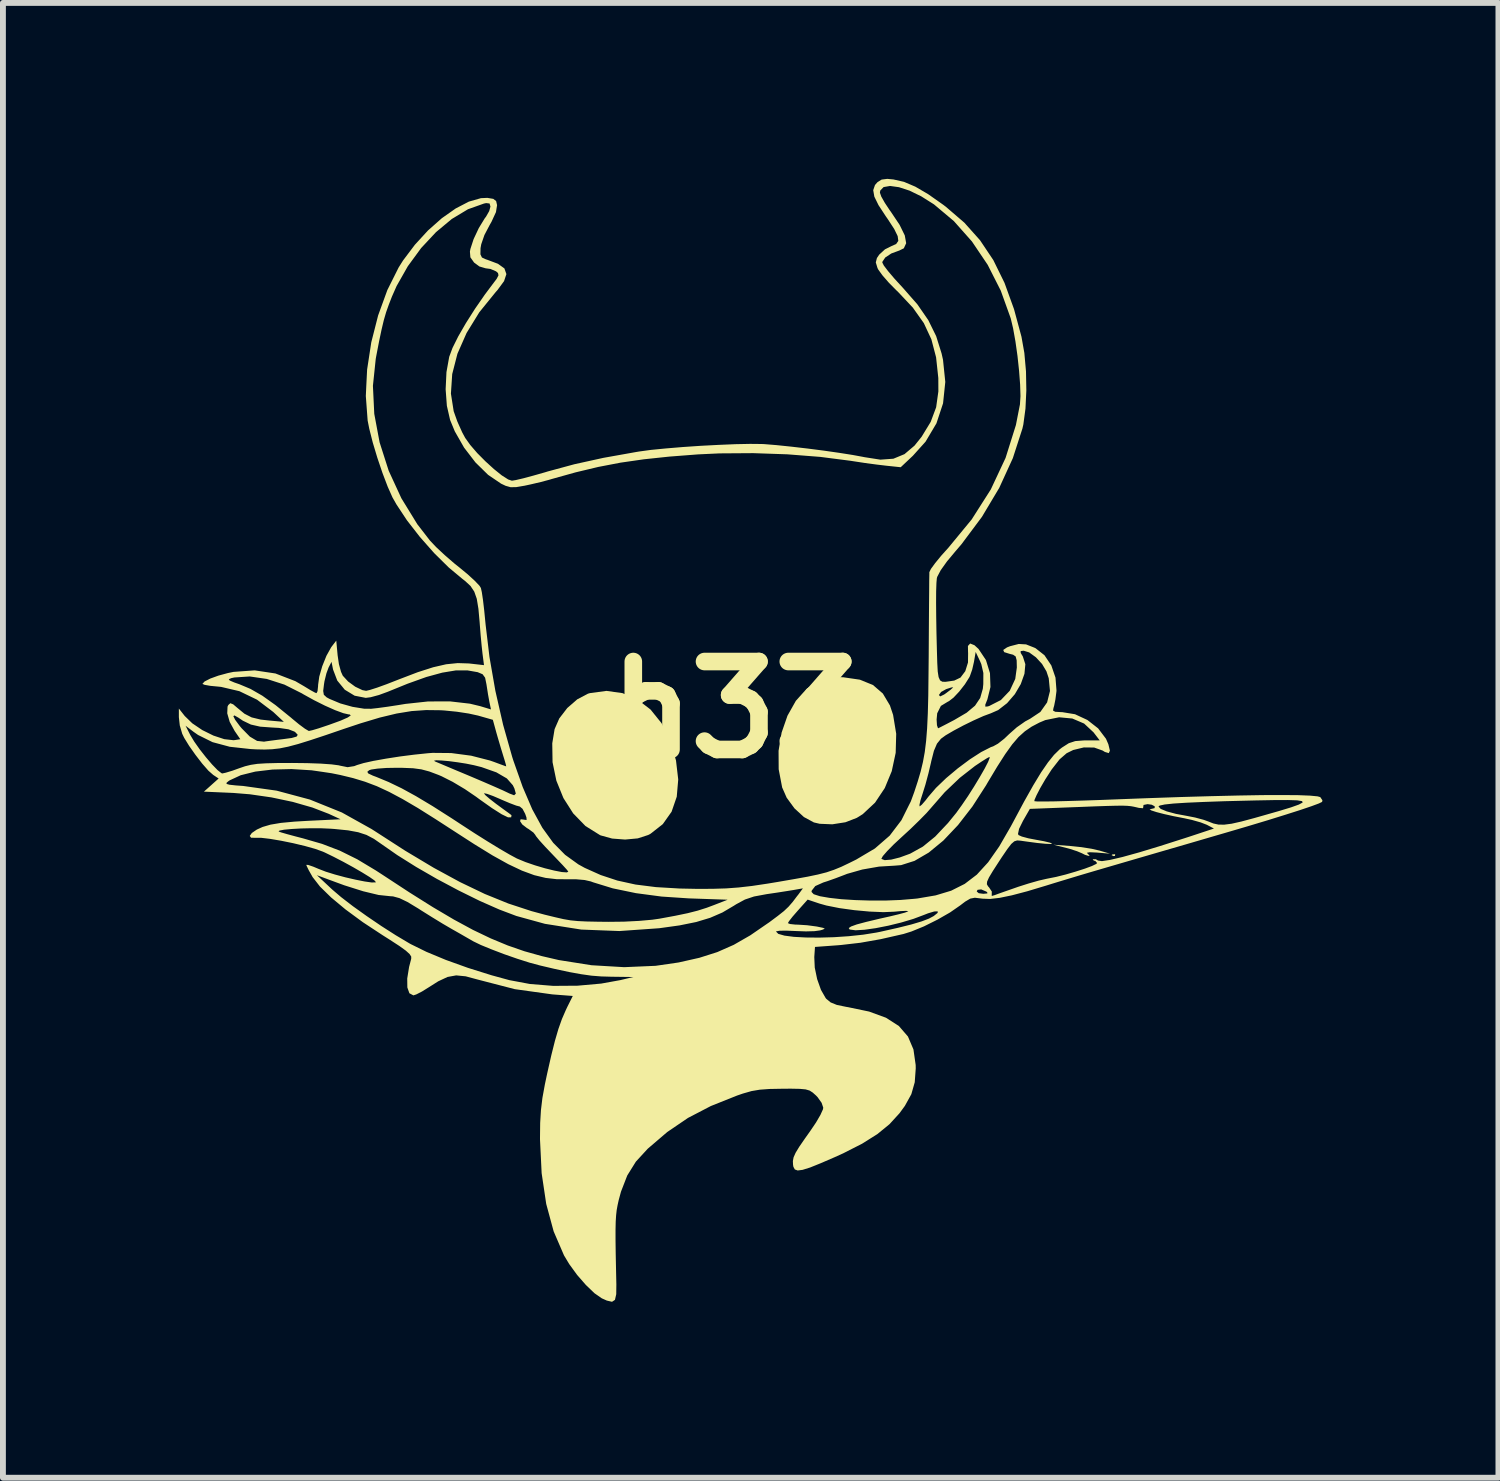
<source format=kicad_pcb>
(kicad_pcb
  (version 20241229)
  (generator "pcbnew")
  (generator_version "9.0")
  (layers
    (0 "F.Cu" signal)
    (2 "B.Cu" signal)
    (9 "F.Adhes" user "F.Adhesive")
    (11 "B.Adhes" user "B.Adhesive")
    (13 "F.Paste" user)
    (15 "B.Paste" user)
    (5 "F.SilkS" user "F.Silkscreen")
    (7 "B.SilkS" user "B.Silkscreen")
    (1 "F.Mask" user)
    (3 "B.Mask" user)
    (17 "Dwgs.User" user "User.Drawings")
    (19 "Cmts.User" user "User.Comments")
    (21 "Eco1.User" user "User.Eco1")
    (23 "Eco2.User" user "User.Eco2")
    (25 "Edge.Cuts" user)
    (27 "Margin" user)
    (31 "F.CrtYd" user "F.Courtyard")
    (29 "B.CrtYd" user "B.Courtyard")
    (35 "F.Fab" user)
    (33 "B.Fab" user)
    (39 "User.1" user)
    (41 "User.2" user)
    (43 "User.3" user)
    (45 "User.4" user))
  (footprint "h33"
    (layer "F.Cu")
    (at 9.499 9.052)
    (property "Reference" "h33" (at 0 0 0) (layer "F.SilkS") (effects (font (size 1.5 1.5) (thickness 0.3))))
    (attr board_only exclude_from_pos_files exclude_from_bom)
    (fp_poly (pts (xy 6.467 2.469) (xy 6.462 2.493) (xy 6.441 2.496) (xy 6.407 2.481) (xy 6.414 2.469) (xy 6.462 2.464)) (stroke (width 0) (type solid)) (fill yes) (layer "F.SilkS"))
    (fp_poly (pts (xy 5.716 2.325) (xy 5.895 2.344) (xy 6.07 2.372) (xy 6.199 2.402) (xy 6.38 2.455) (xy 6.159 2.436) (xy 6.033 2.43) (xy 5.985 2.439) (xy 5.998 2.456) (xy 6.032 2.487) (xy 6.01 2.492) (xy 5.951 2.474) (xy 5.9 2.448) (xy 5.817 2.413) (xy 5.691 2.372) (xy 5.619 2.353) (xy 5.414 2.302)) (stroke (width 0) (type solid)) (fill yes) (layer "F.SilkS"))
    (fp_poly (pts (xy -1.935 -0.283) (xy -1.682 -0.176) (xy -1.456 -0.003) (xy -1.268 0.23) (xy -1.126 0.513) (xy -1.022 0.865) (xy -0.984 1.19) (xy -1.009 1.483) (xy -1.097 1.739) (xy -1.247 1.951) (xy -1.456 2.115) (xy -1.498 2.137) (xy -1.674 2.194) (xy -1.89 2.214) (xy -2.111 2.197) (xy -2.307 2.143) (xy -2.32 2.137) (xy -2.566 1.983) (xy -2.775 1.768) (xy -2.942 1.506) (xy -3.062 1.21) (xy -3.127 0.895) (xy -3.132 0.573) (xy -3.092 0.331) (xy -3.012 0.148) (xy -2.876 -0.029) (xy -2.706 -0.177) (xy -2.524 -0.273) (xy -2.49 -0.283) (xy -2.208 -0.321)) (stroke (width 0) (type solid)) (fill yes) (layer "F.SilkS"))
    (fp_poly (pts (xy 1.832 -0.553) (xy 2.114 -0.512) (xy 2.337 -0.421) (xy 2.505 -0.276) (xy 2.626 -0.073) (xy 2.68 0.088) (xy 2.733 0.411) (xy 2.724 0.736) (xy 2.657 1.048) (xy 2.538 1.336) (xy 2.372 1.585) (xy 2.162 1.781) (xy 2.061 1.844) (xy 1.867 1.919) (xy 1.643 1.954) (xy 1.428 1.945) (xy 1.329 1.922) (xy 1.159 1.83) (xy 0.998 1.682) (xy 0.865 1.5) (xy 0.788 1.325) (xy 0.729 1.016) (xy 0.727 0.7) (xy 0.779 0.39) (xy 0.879 0.102) (xy 1.022 -0.152) (xy 1.205 -0.356) (xy 1.369 -0.471) (xy 1.482 -0.525) (xy 1.589 -0.552) (xy 1.722 -0.557)) (stroke (width 0) (type solid)) (fill yes) (layer "F.SilkS"))
    (fp_poly (pts (xy 2.686 -9.042) (xy 2.866 -9.001) (xy 3.059 -8.919) (xy 3.278 -8.791) (xy 3.535 -8.61) (xy 3.581 -8.575) (xy 3.895 -8.305) (xy 4.162 -8.006) (xy 4.389 -7.667) (xy 4.58 -7.278) (xy 4.742 -6.83) (xy 4.869 -6.36) (xy 4.918 -6.084) (xy 4.946 -5.77) (xy 4.952 -5.444) (xy 4.937 -5.133) (xy 4.901 -4.864) (xy 4.885 -4.794) (xy 4.722 -4.29) (xy 4.49 -3.783) (xy 4.195 -3.289) (xy 3.847 -2.823) (xy 3.746 -2.705) (xy 3.599 -2.529) (xy 3.492 -2.379) (xy 3.433 -2.267) (xy 3.426 -2.243) (xy 3.419 -2.164) (xy 3.414 -2.019) (xy 3.413 -1.822) (xy 3.415 -1.589) (xy 3.419 -1.333) (xy 3.42 -1.288) (xy 3.427 -1.009) (xy 3.433 -0.8) (xy 3.441 -0.652) (xy 3.456 -0.556) (xy 3.481 -0.5) (xy 3.52 -0.477) (xy 3.577 -0.476) (xy 3.655 -0.487) (xy 3.723 -0.497) (xy 3.829 -0.548) (xy 3.911 -0.657) (xy 3.957 -0.805) (xy 3.959 -0.971) (xy 3.958 -0.976) (xy 3.956 -1.087) (xy 3.994 -1.129) (xy 4.067 -1.1) (xy 4.137 -1.036) (xy 4.263 -0.847) (xy 4.332 -0.623) (xy 4.34 -0.387) (xy 4.288 -0.177) (xy 4.252 -0.086) (xy 4.253 -0.052) (xy 4.294 -0.056) (xy 4.318 -0.063) (xy 4.518 -0.165) (xy 4.669 -0.323) (xy 4.763 -0.525) (xy 4.79 -0.72) (xy 4.787 -0.843) (xy 4.77 -0.908) (xy 4.726 -0.938) (xy 4.669 -0.952) (xy 4.574 -0.982) (xy 4.558 -1.019) (xy 4.623 -1.063) (xy 4.675 -1.083) (xy 4.822 -1.121) (xy 4.947 -1.114) (xy 5.089 -1.058) (xy 5.11 -1.048) (xy 5.261 -0.929) (xy 5.378 -0.755) (xy 5.449 -0.548) (xy 5.466 -0.33) (xy 5.465 -0.312) (xy 5.448 -0.177) (xy 5.426 -0.067) (xy 5.415 -0.03) (xy 5.407 0.014) (xy 5.444 0.035) (xy 5.542 0.041) (xy 5.561 0.041) (xy 5.782 0.077) (xy 5.993 0.175) (xy 6.176 0.318) (xy 6.31 0.495) (xy 6.351 0.59) (xy 6.377 0.698) (xy 6.358 0.74) (xy 6.291 0.72) (xy 6.252 0.696) (xy 6.109 0.645) (xy 5.933 0.643) (xy 5.751 0.687) (xy 5.639 0.742) (xy 5.518 0.847) (xy 5.384 1.019) (xy 5.275 1.188) (xy 5.189 1.336) (xy 5.126 1.458) (xy 5.091 1.538) (xy 5.089 1.56) (xy 5.133 1.564) (xy 5.248 1.565) (xy 5.424 1.563) (xy 5.651 1.557) (xy 5.918 1.549) (xy 6.217 1.539) (xy 6.37 1.533) (xy 7.001 1.509) (xy 7.58 1.489) (xy 8.104 1.474) (xy 8.57 1.463) (xy 8.975 1.456) (xy 9.316 1.455) (xy 9.588 1.457) (xy 9.79 1.465) (xy 9.917 1.477) (xy 9.964 1.49) (xy 10.001 1.544) (xy 9.995 1.572) (xy 9.939 1.599) (xy 9.812 1.646) (xy 9.62 1.711) (xy 9.369 1.791) (xy 9.067 1.885) (xy 8.718 1.99) (xy 8.33 2.104) (xy 8.151 2.156) (xy 7.648 2.303) (xy 7.214 2.429) (xy 6.843 2.537) (xy 6.528 2.629) (xy 6.261 2.707) (xy 6.036 2.773) (xy 5.844 2.83) (xy 5.679 2.88) (xy 5.533 2.924) (xy 5.399 2.965) (xy 5.293 2.998) (xy 4.967 3.096) (xy 4.705 3.165) (xy 4.497 3.208) (xy 4.333 3.227) (xy 4.203 3.222) (xy 4.172 3.218) (xy 4.074 3.206) (xy 3.996 3.221) (xy 3.908 3.273) (xy 3.824 3.337) (xy 3.651 3.457) (xy 3.436 3.58) (xy 3.207 3.694) (xy 2.992 3.782) (xy 2.858 3.824) (xy 2.467 3.913) (xy 2.121 3.974) (xy 1.791 4.012) (xy 1.731 4.017) (xy 1.348 4.045) (xy 1.336 4.218) (xy 1.344 4.397) (xy 1.385 4.594) (xy 1.45 4.777) (xy 1.529 4.915) (xy 1.54 4.929) (xy 1.615 4.991) (xy 1.721 5.034) (xy 1.881 5.067) (xy 1.912 5.072) (xy 2.271 5.147) (xy 2.558 5.252) (xy 2.778 5.393) (xy 2.933 5.572) (xy 3.027 5.793) (xy 3.065 6.058) (xy 3.066 6.118) (xy 3.049 6.353) (xy 2.991 6.556) (xy 2.881 6.755) (xy 2.789 6.881) (xy 2.619 7.067) (xy 2.411 7.237) (xy 2.152 7.4) (xy 1.83 7.564) (xy 1.691 7.627) (xy 1.446 7.733) (xy 1.265 7.806) (xy 1.137 7.846) (xy 1.053 7.857) (xy 1.004 7.839) (xy 0.98 7.794) (xy 0.974 7.761) (xy 0.971 7.696) (xy 0.983 7.633) (xy 1.017 7.556) (xy 1.08 7.452) (xy 1.18 7.307) (xy 1.268 7.183) (xy 1.366 7.038) (xy 1.441 6.909) (xy 1.484 6.814) (xy 1.489 6.786) (xy 1.461 6.703) (xy 1.392 6.606) (xy 1.366 6.579) (xy 1.309 6.528) (xy 1.256 6.494) (xy 1.188 6.474) (xy 1.088 6.465) (xy 0.938 6.462) (xy 0.792 6.463) (xy 0.574 6.467) (xy 0.408 6.479) (xy 0.266 6.503) (xy 0.119 6.545) (xy 0.02 6.579) (xy -0.428 6.758) (xy -0.818 6.961) (xy -1.171 7.201) (xy -1.504 7.486) (xy -1.706 7.706) (xy -1.853 7.942) (xy -1.96 8.218) (xy -1.999 8.362) (xy -2.018 8.448) (xy -2.033 8.53) (xy -2.043 8.62) (xy -2.05 8.728) (xy -2.053 8.867) (xy -2.053 9.046) (xy -2.05 9.276) (xy -2.044 9.569) (xy -2.039 9.801) (xy -2.041 9.967) (xy -2.063 10.063) (xy -2.113 10.096) (xy -2.202 10.075) (xy -2.287 10.037) (xy -2.412 9.95) (xy -2.558 9.81) (xy -2.708 9.638) (xy -2.844 9.451) (xy -2.932 9.304) (xy -3.108 8.896) (xy -3.235 8.427) (xy -3.313 7.903) (xy -3.341 7.327) (xy -3.341 7.302) (xy -3.338 7.045) (xy -3.325 6.829) (xy -3.3 6.621) (xy -3.258 6.39) (xy -3.22 6.21) (xy -3.149 5.896) (xy -3.086 5.645) (xy -3.027 5.443) (xy -2.967 5.274) (xy -2.901 5.122) (xy -2.875 5.067) (xy -2.782 4.881) (xy -3.132 4.854) (xy -3.771 4.765) (xy -4.404 4.601) (xy -4.608 4.546) (xy -4.77 4.53) (xy -4.918 4.557) (xy -5.076 4.631) (xy -5.234 4.731) (xy -5.353 4.805) (xy -5.451 4.855) (xy -5.5 4.871) (xy -5.568 4.835) (xy -5.603 4.736) (xy -5.605 4.583) (xy -5.573 4.385) (xy -5.537 4.247) (xy -5.537 4.209) (xy -5.565 4.166) (xy -5.629 4.108) (xy -5.74 4.028) (xy -5.906 3.92) (xy -6.026 3.844) (xy -6.362 3.623) (xy -6.657 3.406) (xy -6.903 3.201) (xy -7.093 3.015) (xy -7.219 2.853) (xy -7.225 2.842) (xy -7.236 2.822) (xy -7.145 2.822) (xy -6.883 3.067) (xy -6.733 3.195) (xy -6.532 3.35) (xy -6.297 3.518) (xy -6.047 3.688) (xy -5.8 3.846) (xy -5.575 3.98) (xy -5.547 3.996) (xy -5.277 4.129) (xy -4.945 4.267) (xy -4.569 4.402) (xy -4.167 4.528) (xy -3.864 4.611) (xy -3.513 4.677) (xy -3.116 4.709) (xy -2.702 4.706) (xy -2.298 4.67) (xy -1.972 4.611) (xy -1.751 4.558) (xy -2.125 4.553) (xy -2.297 4.548) (xy -2.462 4.535) (xy -2.639 4.51) (xy -2.843 4.473) (xy -3.094 4.419) (xy -3.341 4.361) (xy -3.516 4.314) (xy -3.727 4.247) (xy -3.951 4.169) (xy -4.166 4.087) (xy -4.349 4.012) (xy -4.479 3.949) (xy -4.484 3.946) (xy -4.585 3.888) (xy -4.724 3.808) (xy -4.851 3.736) (xy -5 3.649) (xy -5.183 3.537) (xy -5.367 3.422) (xy -5.418 3.389) (xy -5.6 3.279) (xy -5.737 3.213) (xy -5.847 3.183) (xy -5.895 3.18) (xy -6.093 3.159) (xy -6.355 3.096) (xy -6.678 2.994) (xy -6.823 2.941) (xy -7.145 2.822) (xy -7.236 2.822) (xy -7.284 2.738) (xy -7.32 2.664) (xy -7.326 2.645) (xy -7.293 2.647) (xy -7.208 2.676) (xy -7.115 2.715) (xy -6.993 2.762) (xy -6.835 2.811) (xy -6.66 2.858) (xy -6.486 2.898) (xy -6.33 2.929) (xy -6.211 2.946) (xy -6.145 2.944) (xy -6.139 2.94) (xy -6.165 2.91) (xy -6.248 2.852) (xy -6.373 2.775) (xy -6.526 2.686) (xy -6.694 2.594) (xy -6.86 2.508) (xy -7.01 2.435) (xy -7.044 2.42) (xy -7.174 2.373) (xy -7.349 2.324) (xy -7.55 2.276) (xy -7.756 2.234) (xy -7.945 2.202) (xy -8.097 2.184) (xy -8.183 2.184) (xy -8.268 2.183) (xy -8.29 2.152) (xy -8.255 2.102) (xy -8.217 2.076) (xy -7.799 2.076) (xy -7.756 2.092) (xy -7.652 2.122) (xy -7.504 2.162) (xy -7.384 2.193) (xy -7.056 2.288) (xy -6.755 2.403) (xy -6.458 2.55) (xy -6.14 2.741) (xy -6.023 2.817) (xy -5.568 3.115) (xy -5.167 3.367) (xy -4.808 3.579) (xy -4.483 3.755) (xy -4.18 3.9) (xy -3.891 4.02) (xy -3.605 4.119) (xy -3.312 4.201) (xy -3.019 4.269) (xy -2.463 4.357) (xy -1.906 4.39) (xy -1.37 4.367) (xy -0.978 4.31) (xy -0.623 4.23) (xy -0.318 4.133) (xy -0.037 4.009) (xy 0.245 3.847) (xy 0.338 3.783) (xy 0.684 3.783) (xy 0.722 3.822) (xy 0.827 3.852) (xy 0.988 3.873) (xy 1.19 3.884) (xy 1.422 3.886) (xy 1.671 3.879) (xy 1.925 3.862) (xy 2.17 3.836) (xy 2.395 3.8) (xy 2.455 3.788) (xy 2.758 3.72) (xy 2.991 3.662) (xy 3.165 3.61) (xy 3.291 3.562) (xy 3.373 3.518) (xy 3.44 3.464) (xy 3.44 3.438) (xy 3.382 3.44) (xy 3.275 3.472) (xy 3.204 3.5) (xy 3.025 3.567) (xy 2.817 3.629) (xy 2.597 3.683) (xy 2.383 3.725) (xy 2.192 3.752) (xy 2.04 3.761) (xy 1.945 3.749) (xy 1.936 3.745) (xy 1.924 3.723) (xy 1.964 3.696) (xy 2.061 3.661) (xy 2.222 3.618) (xy 2.452 3.563) (xy 2.627 3.524) (xy 2.772 3.489) (xy 2.881 3.46) (xy 2.936 3.439) (xy 2.939 3.436) (xy 2.902 3.43) (xy 2.808 3.434) (xy 2.701 3.444) (xy 2.515 3.452) (xy 2.278 3.442) (xy 2.019 3.418) (xy 1.765 3.383) (xy 1.544 3.339) (xy 1.426 3.306) (xy 1.223 3.238) (xy 1.054 3.427) (xy 0.966 3.528) (xy 0.905 3.606) (xy 0.886 3.639) (xy 0.921 3.654) (xy 1.012 3.664) (xy 1.057 3.665) (xy 1.214 3.675) (xy 1.372 3.696) (xy 1.389 3.699) (xy 1.488 3.72) (xy 1.515 3.734) (xy 1.476 3.751) (xy 1.435 3.763) (xy 1.339 3.776) (xy 1.193 3.78) (xy 1.025 3.774) (xy 1.002 3.773) (xy 0.854 3.767) (xy 0.743 3.769) (xy 0.687 3.779) (xy 0.684 3.783) (xy 0.338 3.783) (xy 0.553 3.635) (xy 0.564 3.628) (xy 0.714 3.516) (xy 0.819 3.433) (xy 0.897 3.359) (xy 0.968 3.277) (xy 1.052 3.166) (xy 1.055 3.164) (xy 1.097 3.107) (xy 1.289 3.107) (xy 1.326 3.146) (xy 1.431 3.18) (xy 1.593 3.208) (xy 1.797 3.231) (xy 2.033 3.246) (xy 2.288 3.254) (xy 2.55 3.254) (xy 2.806 3.244) (xy 3.044 3.224) (xy 3.094 3.219) (xy 3.405 3.166) (xy 3.624 3.1) (xy 4.106 3.1) (xy 4.141 3.129) (xy 4.217 3.139) (xy 4.287 3.133) (xy 4.285 3.112) (xy 4.267 3.1) (xy 4.182 3.064) (xy 4.12 3.071) (xy 4.106 3.1) (xy 3.624 3.1) (xy 3.67 3.086) (xy 3.889 2.976) (xy 4.279 2.976) (xy 4.299 3.011) (xy 4.317 3.031) (xy 4.363 3.1) (xy 4.362 3.148) (xy 4.362 3.176) (xy 4.411 3.162) (xy 4.484 3.135) (xy 4.609 3.091) (xy 4.764 3.037) (xy 4.815 3.019) (xy 4.991 2.963) (xy 5.163 2.914) (xy 5.298 2.883) (xy 5.318 2.879) (xy 5.459 2.851) (xy 5.623 2.81) (xy 5.791 2.761) (xy 5.947 2.711) (xy 6.071 2.665) (xy 6.145 2.629) (xy 6.159 2.614) (xy 6.127 2.578) (xy 6.112 2.576) (xy 6.084 2.56) (xy 6.091 2.55) (xy 6.138 2.55) (xy 6.174 2.572) (xy 6.241 2.582) (xy 6.38 2.561) (xy 6.593 2.511) (xy 6.878 2.432) (xy 7.234 2.324) (xy 7.66 2.188) (xy 7.749 2.159) (xy 8.151 2.026) (xy 8.029 1.962) (xy 7.923 1.921) (xy 7.774 1.879) (xy 7.646 1.851) (xy 7.466 1.816) (xy 7.304 1.78) (xy 7.172 1.746) (xy 7.085 1.718) (xy 7.054 1.699) (xy 7.077 1.693) (xy 7.14 1.678) (xy 7.141 1.65) (xy 7.205 1.65) (xy 7.243 1.691) (xy 7.347 1.734) (xy 7.503 1.776) (xy 7.67 1.807) (xy 7.829 1.838) (xy 7.978 1.878) (xy 8.052 1.905) (xy 8.142 1.94) (xy 8.229 1.959) (xy 8.327 1.96) (xy 8.452 1.944) (xy 8.617 1.907) (xy 8.837 1.848) (xy 8.978 1.808) (xy 9.255 1.729) (xy 9.463 1.666) (xy 9.6 1.617) (xy 9.664 1.582) (xy 9.654 1.559) (xy 9.57 1.545) (xy 9.409 1.54) (xy 9.171 1.541) (xy 8.854 1.547) (xy 8.775 1.549) (xy 8.333 1.56) (xy 7.969 1.573) (xy 7.679 1.586) (xy 7.46 1.6) (xy 7.311 1.616) (xy 7.227 1.634) (xy 7.205 1.65) (xy 7.141 1.65) (xy 7.141 1.647) (xy 7.09 1.62) (xy 7.019 1.61) (xy 6.95 1.624) (xy 6.946 1.655) (xy 6.942 1.68) (xy 6.871 1.674) (xy 6.838 1.666) (xy 6.785 1.654) (xy 6.735 1.645) (xy 6.675 1.639) (xy 6.595 1.636) (xy 6.483 1.637) (xy 6.328 1.641) (xy 6.119 1.648) (xy 5.845 1.659) (xy 5.736 1.663) (xy 5.012 1.691) (xy 4.895 1.895) (xy 4.828 2.031) (xy 4.81 2.117) (xy 4.818 2.137) (xy 4.876 2.163) (xy 4.988 2.193) (xy 5.114 2.217) (xy 5.25 2.242) (xy 5.351 2.266) (xy 5.393 2.282) (xy 5.368 2.29) (xy 5.278 2.286) (xy 5.136 2.272) (xy 4.956 2.248) (xy 4.851 2.233) (xy 4.795 2.229) (xy 4.747 2.244) (xy 4.695 2.289) (xy 4.629 2.375) (xy 4.535 2.513) (xy 4.487 2.586) (xy 4.381 2.75) (xy 4.315 2.86) (xy 4.283 2.931) (xy 4.279 2.976) (xy 3.889 2.976) (xy 3.901 2.97) (xy 4.108 2.812) (xy 4.301 2.601) (xy 4.49 2.331) (xy 4.686 1.992) (xy 4.729 1.912) (xy 4.913 1.568) (xy 5.07 1.289) (xy 5.204 1.068) (xy 5.321 0.898) (xy 5.424 0.77) (xy 5.52 0.676) (xy 5.56 0.645) (xy 5.676 0.571) (xy 5.786 0.535) (xy 5.928 0.524) (xy 5.966 0.523) (xy 6.203 0.523) (xy 6.098 0.386) (xy 5.937 0.236) (xy 5.736 0.15) (xy 5.511 0.129) (xy 5.275 0.177) (xy 5.173 0.22) (xy 5.042 0.289) (xy 4.927 0.368) (xy 4.819 0.465) (xy 4.711 0.591) (xy 4.592 0.757) (xy 4.455 0.971) (xy 4.29 1.246) (xy 4.266 1.288) (xy 4.032 1.651) (xy 3.787 1.967) (xy 3.537 2.231) (xy 3.288 2.436) (xy 3.046 2.577) (xy 2.817 2.65) (xy 2.709 2.659) (xy 2.441 2.675) (xy 2.155 2.725) (xy 1.895 2.799) (xy 1.852 2.816) (xy 1.702 2.873) (xy 1.558 2.924) (xy 1.489 2.946) (xy 1.353 3.007) (xy 1.292 3.085) (xy 1.289 3.107) (xy 1.097 3.107) (xy 1.142 3.046) (xy 0.983 3.074) (xy 0.865 3.093) (xy 0.7 3.119) (xy 0.523 3.145) (xy 0.507 3.148) (xy 0.308 3.185) (xy 0.153 3.237) (xy 0.005 3.317) (xy -0.036 3.343) (xy -0.231 3.458) (xy -0.439 3.548) (xy -0.677 3.62) (xy -0.963 3.678) (xy -1.308 3.726) (xy -1.988 3.774) (xy -2.637 3.749) (xy -3.257 3.651) (xy -3.744 3.517) (xy -4.035 3.407) (xy -4.37 3.259) (xy -4.731 3.081) (xy -5.099 2.885) (xy -5.453 2.681) (xy -5.776 2.478) (xy -6.036 2.297) (xy -6.173 2.202) (xy -6.3 2.135) (xy -6.441 2.089) (xy -6.614 2.057) (xy -6.842 2.034) (xy -6.908 2.029) (xy -7.065 2.022) (xy -7.241 2.021) (xy -7.417 2.025) (xy -7.577 2.034) (xy -7.705 2.046) (xy -7.784 2.061) (xy -7.799 2.076) (xy -8.217 2.076) (xy -8.17 2.044) (xy -8.071 1.999) (xy -7.937 1.96) (xy -7.76 1.93) (xy -7.525 1.908) (xy -7.306 1.895) (xy -6.742 1.868) (xy -6.944 1.775) (xy -7.222 1.668) (xy -7.556 1.572) (xy -7.92 1.495) (xy -8.288 1.442) (xy -8.571 1.419) (xy -9.072 1.397) (xy -8.946 1.285) (xy -8.924 1.265) (xy -8.686 1.265) (xy -8.637 1.279) (xy -8.528 1.291) (xy -8.403 1.3) (xy -7.832 1.38) (xy -7.265 1.532) (xy -6.72 1.752) (xy -6.216 2.033) (xy -6.175 2.059) (xy -5.64 2.404) (xy -5.152 2.696) (xy -4.703 2.94) (xy -4.282 3.142) (xy -3.88 3.305) (xy -3.487 3.434) (xy -3.261 3.495) (xy -3.08 3.539) (xy -2.94 3.571) (xy -2.818 3.592) (xy -2.694 3.604) (xy -2.548 3.611) (xy -2.357 3.615) (xy -2.174 3.617) (xy -1.911 3.614) (xy -1.652 3.601) (xy -1.427 3.581) (xy -1.308 3.564) (xy -1.037 3.514) (xy -0.825 3.47) (xy -0.652 3.426) (xy -0.498 3.377) (xy -0.375 3.331) (xy -0.141 3.24) (xy -0.805 3.217) (xy -1.268 3.186) (xy -1.705 3.128) (xy -2.1 3.046) (xy -2.435 2.943) (xy -2.475 2.928) (xy -2.58 2.904) (xy -2.729 2.891) (xy -2.858 2.891) (xy -3.055 2.89) (xy -3.245 2.868) (xy -3.44 2.821) (xy -3.649 2.744) (xy -3.883 2.633) (xy -4.151 2.484) (xy -4.463 2.292) (xy -4.765 2.097) (xy -5.122 1.866) (xy -5.424 1.676) (xy -5.685 1.523) (xy -5.914 1.401) (xy -6.123 1.304) (xy -6.324 1.228) (xy -6.528 1.166) (xy -6.747 1.113) (xy -6.895 1.083) (xy -7.056 1.059) (xy -6.286 1.059) (xy -6.269 1.087) (xy -6.191 1.124) (xy -6.132 1.146) (xy -5.922 1.233) (xy -5.7 1.34) (xy -5.454 1.475) (xy -5.172 1.644) (xy -4.844 1.853) (xy -4.684 1.958) (xy -4.455 2.107) (xy -4.231 2.248) (xy -4.026 2.373) (xy -3.856 2.472) (xy -3.737 2.536) (xy -3.728 2.54) (xy -3.588 2.598) (xy -3.425 2.654) (xy -3.256 2.704) (xy -3.098 2.743) (xy -2.968 2.768) (xy -2.883 2.774) (xy -2.858 2.761) (xy -2.884 2.727) (xy -2.955 2.649) (xy -3.059 2.54) (xy -3.14 2.455) (xy -3.259 2.33) (xy -3.353 2.226) (xy -3.41 2.155) (xy -3.422 2.134) (xy -3.453 2.095) (xy -3.532 2.037) (xy -3.565 2.017) (xy -3.644 1.956) (xy -3.681 1.9) (xy -3.671 1.868) (xy -3.609 1.875) (xy -3.604 1.877) (xy -3.569 1.88) (xy -3.572 1.837) (xy -3.594 1.775) (xy -3.639 1.69) (xy -3.685 1.651) (xy -3.688 1.65) (xy -3.746 1.635) (xy -3.855 1.594) (xy -3.992 1.536) (xy -4.007 1.529) (xy -4.14 1.472) (xy -4.242 1.435) (xy -4.294 1.424) (xy -4.296 1.425) (xy -4.275 1.455) (xy -4.202 1.518) (xy -4.094 1.602) (xy -4.079 1.613) (xy -3.962 1.699) (xy -3.872 1.764) (xy -3.829 1.797) (xy -3.827 1.798) (xy -3.832 1.832) (xy -3.834 1.835) (xy -3.887 1.835) (xy -3.994 1.783) (xy -4.158 1.679) (xy -4.38 1.522) (xy -4.431 1.484) (xy -4.622 1.354) (xy -4.83 1.23) (xy -5.02 1.134) (xy -5.072 1.112) (xy -5.229 1.053) (xy -5.364 1.017) (xy -5.505 0.998) (xy -5.685 0.991) (xy -5.776 0.99) (xy -5.956 0.993) (xy -6.11 1.004) (xy -6.219 1.02) (xy -6.253 1.031) (xy -6.286 1.059) (xy -7.056 1.059) (xy -7.236 1.033) (xy -7.577 1.012) (xy -7.901 1.02) (xy -8.195 1.055) (xy -8.444 1.117) (xy -8.632 1.204) (xy -8.648 1.214) (xy -8.685 1.245) (xy -8.686 1.265) (xy -8.924 1.265) (xy -8.821 1.173) (xy -8.913 1.112) (xy -8.995 1.04) (xy -9.101 0.919) (xy -9.215 0.771) (xy -9.323 0.618) (xy -9.408 0.48) (xy -9.442 0.41) (xy -9.482 0.273) (xy -9.385 0.273) (xy -9.304 0.432) (xy -9.237 0.543) (xy -9.144 0.675) (xy -9.038 0.81) (xy -8.932 0.934) (xy -8.839 1.03) (xy -8.773 1.082) (xy -8.758 1.087) (xy -8.696 1.073) (xy -8.584 1.039) (xy -8.47 0.998) (xy -8.37 0.964) (xy -8.272 0.94) (xy -8.159 0.923) (xy -8.014 0.914) (xy -7.822 0.909) (xy -7.568 0.908) (xy -7.308 0.911) (xy -7.079 0.919) (xy -6.896 0.932) (xy -6.774 0.948) (xy -6.751 0.954) (xy -6.622 0.98) (xy -6.509 0.962) (xy -6.46 0.943) (xy -6.35 0.91) (xy -6.179 0.872) (xy -6.16 0.869) (xy -5.148 0.869) (xy -5.132 0.882) (xy -5.067 0.909) (xy -4.944 0.961) (xy -4.778 1.031) (xy -4.584 1.112) (xy -4.508 1.144) (xy -4.306 1.23) (xy -4.124 1.309) (xy -3.977 1.374) (xy -3.882 1.419) (xy -3.864 1.428) (xy -3.782 1.459) (xy -3.753 1.431) (xy -3.777 1.344) (xy -3.804 1.288) (xy -3.906 1.172) (xy -4.085 1.068) (xy -4.337 0.979) (xy -4.468 0.946) (xy -4.602 0.919) (xy -4.749 0.896) (xy -4.893 0.877) (xy -5.018 0.866) (xy -5.108 0.862) (xy -5.148 0.869) (xy -6.16 0.869) (xy -5.965 0.834) (xy -5.727 0.797) (xy -5.484 0.766) (xy -5.253 0.742) (xy -5.173 0.736) (xy -4.855 0.739) (xy -4.515 0.784) (xy -4.195 0.866) (xy -4.126 0.89) (xy -4.013 0.932) (xy -3.936 0.96) (xy -3.917 0.966) (xy -3.924 0.932) (xy -3.949 0.846) (xy -3.965 0.795) (xy -4.008 0.654) (xy -4.058 0.485) (xy -4.083 0.398) (xy -4.145 0.172) (xy -4.397 0.1) (xy -4.557 0.065) (xy -4.76 0.034) (xy -4.971 0.013) (xy -5.035 0.009) (xy -5.284 0.006) (xy -5.529 0.023) (xy -5.786 0.065) (xy -6.073 0.134) (xy -6.403 0.233) (xy -6.682 0.326) (xy -7.003 0.436) (xy -7.26 0.521) (xy -7.466 0.585) (xy -7.635 0.63) (xy -7.778 0.659) (xy -7.908 0.674) (xy -8.037 0.679) (xy -8.179 0.676) (xy -8.274 0.671) (xy -8.63 0.632) (xy -8.925 0.553) (xy -9.171 0.431) (xy -9.251 0.375) (xy -9.385 0.273) (xy -9.482 0.273) (xy -9.483 0.271) (xy -9.499 0.127) (xy -9.499 0.126) (xy -9.499 -0.02) (xy -9.399 0.107) (xy -9.27 0.232) (xy -9.1 0.347) (xy -8.91 0.441) (xy -8.725 0.502) (xy -8.568 0.52) (xy -8.541 0.517) (xy -8.451 0.503) (xy -8.548 0.362) (xy -8.632 0.208) (xy -8.66 0.111) (xy -8.57 0.111) (xy -8.538 0.174) (xy -8.459 0.28) (xy -8.427 0.318) (xy -8.288 0.459) (xy -8.165 0.532) (xy -8.046 0.545) (xy -8.031 0.542) (xy -7.946 0.53) (xy -7.816 0.513) (xy -7.731 0.503) (xy -7.575 0.482) (xy -7.491 0.458) (xy -7.472 0.428) (xy -7.511 0.386) (xy -7.528 0.373) (xy -7.63 0.334) (xy -7.795 0.31) (xy -7.904 0.304) (xy -8.112 0.289) (xy -8.271 0.253) (xy -8.408 0.187) (xy -8.483 0.136) (xy -8.552 0.097) (xy -8.57 0.111) (xy -8.66 0.111) (xy -8.674 0.062) (xy -8.669 -0.053) (xy -8.656 -0.08) (xy -8.622 -0.111) (xy -8.573 -0.092) (xy -8.505 -0.034) (xy -8.381 0.068) (xy -8.258 0.131) (xy -8.105 0.168) (xy -7.962 0.184) (xy -7.709 0.207) (xy -7.89 0.038) (xy -8.166 -0.171) (xy -8.467 -0.316) (xy -8.778 -0.389) (xy -8.826 -0.394) (xy -8.962 -0.407) (xy -9.059 -0.424) (xy -9.097 -0.44) (xy -9.097 -0.441) (xy -9.061 -0.481) (xy -8.985 -0.52) (xy -8.647 -0.52) (xy -8.632 -0.498) (xy -8.555 -0.465) (xy -8.466 -0.434) (xy -8.278 -0.355) (xy -8.076 -0.239) (xy -7.85 -0.078) (xy -7.585 0.137) (xy -7.569 0.151) (xy -7.449 0.25) (xy -7.349 0.324) (xy -7.288 0.36) (xy -7.28 0.362) (xy -7.225 0.35) (xy -7.114 0.317) (xy -6.971 0.269) (xy -6.93 0.255) (xy -6.74 0.186) (xy -6.618 0.132) (xy -6.567 0.096) (xy -6.589 0.08) (xy -6.604 0.08) (xy -6.695 0.059) (xy -6.836 0.007) (xy -7.009 -0.07) (xy -7.195 -0.163) (xy -7.376 -0.263) (xy -7.404 -0.28) (xy -7.699 -0.428) (xy -8 -0.525) (xy -8.29 -0.567) (xy -8.552 -0.55) (xy -8.607 -0.538) (xy -8.647 -0.52) (xy -8.985 -0.52) (xy -8.964 -0.531) (xy -8.826 -0.581) (xy -8.664 -0.625) (xy -8.568 -0.645) (xy -8.206 -0.671) (xy -7.852 -0.618) (xy -7.513 -0.487) (xy -7.365 -0.401) (xy -7.257 -0.335) (xy -7.178 -0.292) (xy -7.152 -0.282) (xy -7.134 -0.317) (xy -7.134 -0.32) (xy -7.038 -0.32) (xy -7.027 -0.255) (xy -6.979 -0.211) (xy -6.929 -0.184) (xy -6.745 -0.107) (xy -6.537 -0.049) (xy -6.339 -0.017) (xy -6.219 -0.016) (xy -6.111 -0.028) (xy -5.948 -0.05) (xy -5.758 -0.079) (xy -5.636 -0.099) (xy -5.249 -0.141) (xy -4.875 -0.142) (xy -4.536 -0.103) (xy -4.362 -0.061) (xy -4.177 -0.005) (xy -4.204 -0.133) (xy -4.227 -0.26) (xy -4.25 -0.407) (xy -4.254 -0.433) (xy -4.277 -0.546) (xy -4.32 -0.605) (xy -4.401 -0.639) (xy -4.403 -0.64) (xy -4.58 -0.671) (xy -4.778 -0.67) (xy -5.008 -0.632) (xy -5.279 -0.558) (xy -5.6 -0.443) (xy -5.937 -0.306) (xy -6.087 -0.251) (xy -6.228 -0.213) (xy -6.312 -0.202) (xy -6.502 -0.239) (xy -6.67 -0.341) (xy -6.798 -0.497) (xy -6.87 -0.686) (xy -6.896 -0.816) (xy -6.946 -0.72) (xy -6.983 -0.62) (xy -7.016 -0.486) (xy -7.024 -0.436) (xy -7.038 -0.32) (xy -7.134 -0.32) (xy -7.125 -0.404) (xy -7.125 -0.421) (xy -7.105 -0.565) (xy -7.054 -0.742) (xy -6.983 -0.919) (xy -6.904 -1.061) (xy -6.889 -1.082) (xy -6.815 -1.178) (xy -6.792 -0.929) (xy -6.77 -0.778) (xy -6.734 -0.646) (xy -6.704 -0.58) (xy -6.613 -0.481) (xy -6.491 -0.392) (xy -6.369 -0.334) (xy -6.306 -0.322) (xy -6.242 -0.337) (xy -6.12 -0.376) (xy -5.957 -0.435) (xy -5.77 -0.508) (xy -5.742 -0.519) (xy -5.425 -0.64) (xy -5.163 -0.724) (xy -4.941 -0.775) (xy -4.744 -0.795) (xy -4.557 -0.789) (xy -4.536 -0.787) (xy -4.296 -0.76) (xy -4.321 -0.953) (xy -4.336 -1.089) (xy -4.353 -1.269) (xy -4.368 -1.459) (xy -4.37 -1.489) (xy -4.391 -1.721) (xy -4.419 -1.891) (xy -4.462 -2.014) (xy -4.526 -2.11) (xy -4.618 -2.195) (xy -4.662 -2.229) (xy -4.897 -2.425) (xy -5.146 -2.671) (xy -5.389 -2.946) (xy -5.61 -3.23) (xy -5.789 -3.501) (xy -5.857 -3.621) (xy -5.938 -3.803) (xy -6.027 -4.037) (xy -6.115 -4.297) (xy -6.193 -4.557) (xy -6.252 -4.79) (xy -6.28 -4.931) (xy -6.311 -5.349) (xy -6.303 -5.523) (xy -6.19 -5.523) (xy -6.167 -5.045) (xy -6.076 -4.559) (xy -5.921 -4.075) (xy -5.705 -3.606) (xy -5.433 -3.163) (xy -5.217 -2.884) (xy -5.111 -2.772) (xy -4.964 -2.635) (xy -4.801 -2.494) (xy -4.717 -2.427) (xy -4.574 -2.309) (xy -4.455 -2.2) (xy -4.374 -2.115) (xy -4.349 -2.076) (xy -4.333 -2.004) (xy -4.313 -1.87) (xy -4.292 -1.691) (xy -4.272 -1.486) (xy -4.268 -1.447) (xy -4.203 -0.901) (xy -4.102 -0.322) (xy -3.97 0.257) (xy -3.816 0.802) (xy -3.796 0.865) (xy -3.636 1.318) (xy -3.473 1.698) (xy -3.301 2.013) (xy -3.116 2.269) (xy -2.913 2.474) (xy -2.687 2.637) (xy -2.578 2.697) (xy -2.306 2.819) (xy -2.022 2.913) (xy -1.713 2.981) (xy -1.364 3.025) (xy -0.96 3.049) (xy -0.663 3.055) (xy -0.396 3.054) (xy -0.167 3.047) (xy 0.048 3.031) (xy 0.275 3.005) (xy 0.542 2.965) (xy 0.705 2.938) (xy 0.995 2.888) (xy 1.222 2.847) (xy 1.399 2.81) (xy 1.544 2.773) (xy 1.671 2.73) (xy 1.796 2.679) (xy 1.934 2.613) (xy 2.053 2.554) (xy 2.073 2.542) (xy 2.48 2.542) (xy 2.48 2.544) (xy 2.537 2.565) (xy 2.648 2.556) (xy 2.795 2.519) (xy 2.959 2.459) (xy 2.976 2.452) (xy 3.188 2.334) (xy 3.398 2.163) (xy 3.616 1.932) (xy 3.757 1.759) (xy 3.852 1.627) (xy 3.957 1.473) (xy 4.062 1.308) (xy 4.159 1.147) (xy 4.241 1.004) (xy 4.3 0.89) (xy 4.327 0.82) (xy 4.323 0.805) (xy 4.282 0.826) (xy 4.194 0.881) (xy 4.077 0.959) (xy 4.073 0.962) (xy 3.818 1.161) (xy 3.561 1.406) (xy 3.334 1.666) (xy 3.33 1.671) (xy 3.25 1.762) (xy 3.126 1.888) (xy 2.977 2.033) (xy 2.83 2.168) (xy 2.69 2.298) (xy 2.578 2.412) (xy 2.504 2.497) (xy 2.48 2.542) (xy 2.073 2.542) (xy 2.37 2.366) (xy 2.622 2.147) (xy 2.822 1.884) (xy 2.951 1.625) (xy 3.129 1.625) (xy 3.133 1.649) (xy 3.17 1.619) (xy 3.236 1.543) (xy 3.281 1.484) (xy 3.411 1.333) (xy 3.584 1.167) (xy 3.783 1) (xy 3.988 0.847) (xy 4.182 0.722) (xy 4.347 0.638) (xy 4.387 0.624) (xy 4.468 0.579) (xy 4.576 0.494) (xy 4.66 0.414) (xy 4.789 0.3) (xy 4.933 0.199) (xy 5.015 0.155) (xy 5.191 0.038) (xy 5.306 -0.124) (xy 5.355 -0.319) (xy 5.334 -0.536) (xy 5.295 -0.654) (xy 5.22 -0.78) (xy 5.115 -0.894) (xy 5.001 -0.977) (xy 4.907 -1.006) (xy 4.855 -1) (xy 4.856 -0.968) (xy 4.892 -0.909) (xy 4.935 -0.776) (xy 4.92 -0.613) (xy 4.857 -0.437) (xy 4.756 -0.265) (xy 4.624 -0.112) (xy 4.472 0.006) (xy 4.347 0.061) (xy 4.22 0.108) (xy 4.057 0.181) (xy 3.881 0.267) (xy 3.714 0.356) (xy 3.577 0.436) (xy 3.496 0.495) (xy 3.428 0.579) (xy 3.376 0.701) (xy 3.33 0.881) (xy 3.327 0.897) (xy 3.283 1.084) (xy 3.231 1.278) (xy 3.185 1.425) (xy 3.147 1.544) (xy 3.129 1.625) (xy 2.951 1.625) (xy 2.982 1.564) (xy 3.04 1.406) (xy 3.1 1.223) (xy 3.15 1.054) (xy 3.189 0.891) (xy 3.22 0.721) (xy 3.243 0.533) (xy 3.26 0.317) (xy 3.267 0.167) (xy 3.422 0.167) (xy 3.428 0.265) (xy 3.445 0.314) (xy 3.452 0.315) (xy 3.5 0.291) (xy 3.599 0.24) (xy 3.723 0.175) (xy 3.934 0.051) (xy 4.077 -0.069) (xy 4.165 -0.2) (xy 4.21 -0.357) (xy 4.218 -0.437) (xy 4.219 -0.626) (xy 4.184 -0.777) (xy 4.162 -0.829) (xy 4.088 -0.985) (xy 4.059 -0.816) (xy 4.029 -0.685) (xy 3.99 -0.574) (xy 3.981 -0.555) (xy 3.904 -0.433) (xy 3.807 -0.309) (xy 3.71 -0.206) (xy 3.631 -0.145) (xy 3.617 -0.139) (xy 3.495 -0.065) (xy 3.432 0.061) (xy 3.422 0.167) (xy 3.267 0.167) (xy 3.272 0.061) (xy 3.28 -0.245) (xy 3.28 -0.25) (xy 3.462 -0.25) (xy 3.483 -0.227) (xy 3.55 -0.259) (xy 3.583 -0.282) (xy 3.661 -0.341) (xy 3.702 -0.378) (xy 3.703 -0.382) (xy 3.671 -0.379) (xy 3.591 -0.353) (xy 3.583 -0.35) (xy 3.499 -0.303) (xy 3.462 -0.252) (xy 3.462 -0.25) (xy 3.28 -0.25) (xy 3.284 -0.614) (xy 3.287 -0.906) (xy 3.289 -1.232) (xy 3.291 -1.535) (xy 3.293 -1.804) (xy 3.295 -2.03) (xy 3.296 -2.202) (xy 3.298 -2.311) (xy 3.298 -2.345) (xy 3.325 -2.401) (xy 3.398 -2.501) (xy 3.503 -2.629) (xy 3.62 -2.759) (xy 4.019 -3.243) (xy 4.346 -3.756) (xy 4.598 -4.294) (xy 4.774 -4.854) (xy 4.843 -5.206) (xy 4.852 -5.347) (xy 4.846 -5.545) (xy 4.828 -5.781) (xy 4.801 -6.033) (xy 4.766 -6.281) (xy 4.726 -6.504) (xy 4.686 -6.673) (xy 4.516 -7.146) (xy 4.293 -7.586) (xy 4.024 -7.985) (xy 3.716 -8.332) (xy 3.377 -8.617) (xy 3.16 -8.754) (xy 2.961 -8.851) (xy 2.78 -8.91) (xy 2.628 -8.931) (xy 2.518 -8.912) (xy 2.461 -8.853) (xy 2.455 -8.817) (xy 2.478 -8.751) (xy 2.539 -8.643) (xy 2.624 -8.515) (xy 2.639 -8.495) (xy 2.791 -8.268) (xy 2.879 -8.088) (xy 2.903 -7.955) (xy 2.863 -7.868) (xy 2.788 -7.831) (xy 2.65 -7.78) (xy 2.546 -7.711) (xy 2.497 -7.638) (xy 2.496 -7.625) (xy 2.522 -7.574) (xy 2.595 -7.478) (xy 2.702 -7.352) (xy 2.834 -7.208) (xy 2.848 -7.193) (xy 3.095 -6.911) (xy 3.28 -6.643) (xy 3.414 -6.371) (xy 3.507 -6.074) (xy 3.531 -5.967) (xy 3.57 -5.589) (xy 3.532 -5.225) (xy 3.419 -4.883) (xy 3.233 -4.57) (xy 3.017 -4.33) (xy 2.81 -4.135) (xy 2.562 -4.161) (xy 2.402 -4.18) (xy 2.201 -4.207) (xy 1.997 -4.238) (xy 1.952 -4.245) (xy 1.439 -4.311) (xy 0.877 -4.355) (xy 0.295 -4.375) (xy -0.28 -4.371) (xy -0.644 -4.354) (xy -1.137 -4.316) (xy -1.571 -4.27) (xy -1.967 -4.213) (xy -2.347 -4.14) (xy -2.732 -4.048) (xy -3.144 -3.933) (xy -3.18 -3.922) (xy -3.326 -3.883) (xy -3.501 -3.842) (xy -3.603 -3.82) (xy -3.745 -3.796) (xy -3.842 -3.794) (xy -3.927 -3.818) (xy -4.005 -3.855) (xy -4.226 -4.005) (xy -4.441 -4.216) (xy -4.636 -4.47) (xy -4.794 -4.747) (xy -4.874 -4.941) (xy -4.929 -5.182) (xy -4.95 -5.464) (xy -4.936 -5.757) (xy -4.889 -6.018) (xy -4.833 -6.169) (xy -4.735 -6.366) (xy -4.604 -6.593) (xy -4.449 -6.837) (xy -4.28 -7.081) (xy -4.158 -7.244) (xy -4.08 -7.347) (xy -4.049 -7.407) (xy -4.057 -7.446) (xy -4.09 -7.475) (xy -4.186 -7.516) (xy -4.268 -7.527) (xy -4.374 -7.558) (xy -4.465 -7.625) (xy -4.528 -7.714) (xy -4.536 -7.812) (xy -4.528 -7.856) (xy -4.473 -8.025) (xy -4.384 -8.214) (xy -4.282 -8.381) (xy -4.261 -8.408) (xy -4.207 -8.503) (xy -4.186 -8.58) (xy -4.201 -8.632) (xy -4.259 -8.639) (xy -4.297 -8.631) (xy -4.569 -8.534) (xy -4.845 -8.368) (xy -5.114 -8.144) (xy -5.368 -7.872) (xy -5.595 -7.562) (xy -5.786 -7.225) (xy -5.866 -7.044) (xy -5.92 -6.905) (xy -5.965 -6.778) (xy -6.004 -6.644) (xy -6.042 -6.485) (xy -6.084 -6.286) (xy -6.134 -6.027) (xy -6.142 -5.982) (xy -6.19 -5.523) (xy -6.303 -5.523) (xy -6.289 -5.8) (xy -6.218 -6.265) (xy -6.101 -6.724) (xy -5.944 -7.156) (xy -5.752 -7.54) (xy -5.676 -7.661) (xy -5.474 -7.929) (xy -5.251 -8.172) (xy -5.015 -8.381) (xy -4.779 -8.547) (xy -4.554 -8.664) (xy -4.348 -8.723) (xy -4.239 -8.728) (xy -4.137 -8.711) (xy -4.089 -8.673) (xy -4.073 -8.604) (xy -4.092 -8.485) (xy -4.168 -8.32) (xy -4.201 -8.262) (xy -4.289 -8.094) (xy -4.343 -7.937) (xy -4.355 -7.87) (xy -4.357 -7.765) (xy -4.331 -7.711) (xy -4.262 -7.679) (xy -4.247 -7.675) (xy -4.058 -7.604) (xy -3.948 -7.525) (xy -3.914 -7.428) (xy -3.954 -7.308) (xy -4.066 -7.156) (xy -4.098 -7.12) (xy -4.376 -6.777) (xy -4.593 -6.424) (xy -4.749 -6.07) (xy -4.838 -5.723) (xy -4.86 -5.39) (xy -4.813 -5.09) (xy -4.75 -4.913) (xy -4.666 -4.726) (xy -4.616 -4.634) (xy -4.53 -4.514) (xy -4.411 -4.376) (xy -4.271 -4.235) (xy -4.127 -4.104) (xy -3.993 -3.996) (xy -3.883 -3.926) (xy -3.82 -3.905) (xy -3.753 -3.916) (xy -3.625 -3.946) (xy -3.454 -3.992) (xy -3.257 -4.048) (xy -3.208 -4.063) (xy -2.754 -4.186) (xy -2.259 -4.295) (xy -1.704 -4.394) (xy -1.65 -4.403) (xy -1.452 -4.43) (xy -1.198 -4.455) (xy -0.909 -4.479) (xy -0.602 -4.5) (xy -0.295 -4.516) (xy -0.007 -4.528) (xy 0.243 -4.533) (xy 0.437 -4.531) (xy 0.483 -4.529) (xy 0.691 -4.512) (xy 0.942 -4.486) (xy 1.218 -4.454) (xy 1.498 -4.418) (xy 1.763 -4.38) (xy 1.991 -4.344) (xy 2.164 -4.312) (xy 2.194 -4.306) (xy 2.463 -4.264) (xy 2.685 -4.28) (xy 2.874 -4.358) (xy 3.045 -4.503) (xy 3.166 -4.654) (xy 3.321 -4.908) (xy 3.414 -5.157) (xy 3.452 -5.428) (xy 3.451 -5.656) (xy 3.413 -6.009) (xy 3.333 -6.315) (xy 3.204 -6.592) (xy 3.016 -6.857) (xy 2.761 -7.128) (xy 2.733 -7.154) (xy 2.607 -7.282) (xy 2.499 -7.406) (xy 2.428 -7.504) (xy 2.414 -7.531) (xy 2.385 -7.627) (xy 2.404 -7.702) (xy 2.444 -7.761) (xy 2.541 -7.85) (xy 2.651 -7.905) (xy 2.732 -7.941) (xy 2.769 -7.994) (xy 2.758 -8.076) (xy 2.699 -8.197) (xy 2.589 -8.366) (xy 2.556 -8.413) (xy 2.431 -8.604) (xy 2.36 -8.749) (xy 2.341 -8.859) (xy 2.371 -8.947) (xy 2.414 -8.996) (xy 2.485 -9.04) (xy 2.58 -9.052)) (stroke (width 0) (type solid)) (fill yes) (layer "F.SilkS")))
  (gr_rect
    (start -3 -3)
    (end 22.501 22.148)
    (stroke (width 0.1) (type default))
    (fill no)
    (layer "Edge.Cuts")))
</source>
